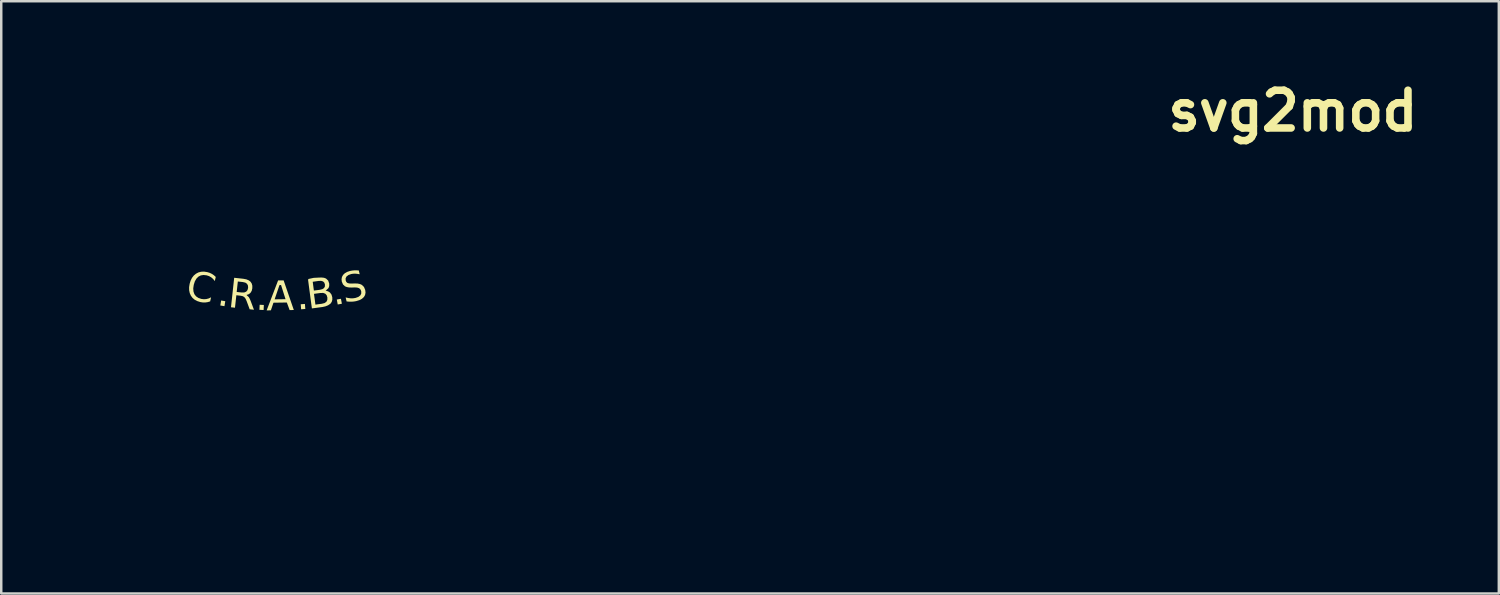
<source format=kicad_pcb>
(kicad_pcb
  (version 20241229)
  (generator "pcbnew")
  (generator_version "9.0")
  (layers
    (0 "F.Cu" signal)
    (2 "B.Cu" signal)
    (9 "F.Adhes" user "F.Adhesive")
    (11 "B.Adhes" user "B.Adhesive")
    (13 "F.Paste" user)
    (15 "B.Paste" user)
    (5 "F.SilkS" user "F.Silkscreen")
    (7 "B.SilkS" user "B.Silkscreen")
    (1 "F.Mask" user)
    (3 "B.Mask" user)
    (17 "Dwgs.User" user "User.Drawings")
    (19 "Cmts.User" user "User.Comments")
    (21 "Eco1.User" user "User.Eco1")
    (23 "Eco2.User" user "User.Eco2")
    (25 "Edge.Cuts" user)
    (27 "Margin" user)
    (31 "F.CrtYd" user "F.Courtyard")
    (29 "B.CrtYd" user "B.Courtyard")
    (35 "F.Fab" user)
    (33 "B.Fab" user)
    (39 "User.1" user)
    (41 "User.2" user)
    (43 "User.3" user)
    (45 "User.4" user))
  (footprint "svg2mod"
    (layer "F.Cu")
    (at 49.144 17.658)
    (property "Reference" "svg2mod" (at 0 -16.231 0) (layer "F.SilkS") (effects (font (size 1.524 1.524) (thickness 0.305))))
    (attr smd)
    (fp_poly (pts (xy -41.644 -10.793) (xy -37.66 -7.526) (xy -37.774 -7.547) (xy -37.857 -7.561) (xy -37.955 -7.527) (xy -38.015 -7.459) (xy -38.091 -7.376) (xy -38.171 -7.29) (xy -38.245 -7.213) (xy -38.219 -7.131) (xy -38.076 -7.106) (xy -37.935 -7.084) (xy -37.796 -7.064) (xy -37.658 -7.046) (xy -37.521 -7.03) (xy -37.386 -7.016) (xy -37.251 -7.003) (xy -37.117 -6.992) (xy -36.983 -6.982) (xy -36.85 -6.974) (xy -36.716 -6.966) (xy -36.602 -6.965) (xy -36.487 -6.965) (xy -36.378 -6.952) (xy -36.28 -6.916) (xy -36.201 -6.843) (xy -36.129 -6.741) (xy -36.058 -6.636) (xy -35.995 -6.525) (xy -35.949 -6.408) (xy -35.925 -6.283) (xy -35.932 -6.148) (xy -35.95 -6.033) (xy -35.97 -5.915) (xy -36.003 -5.806) (xy -36.056 -5.718) (xy -36.134 -5.636) (xy -36.217 -5.559) (xy -36.306 -5.488) (xy -36.403 -5.425) (xy -36.509 -5.372) (xy -36.627 -5.33) (xy -36.764 -5.297) (xy -36.899 -5.276) (xy -37.033 -5.266) (xy -37.167 -5.265) (xy -37.3 -5.272) (xy -37.427 -5.281) (xy -37.554 -5.292) (xy -37.681 -5.303) (xy -37.808 -5.317) (xy -37.935 -5.332) (xy -38.061 -5.351) (xy -38.186 -5.372) (xy -38.311 -5.397) (xy -38.435 -5.426) (xy -38.532 -5.494) (xy -38.58 -5.603) (xy -38.596 -5.703) (xy -38.598 -5.748) (xy -38.559 -5.745) (xy -38.457 -5.74) (xy -38.309 -5.732) (xy -38.137 -5.725) (xy -37.958 -5.72) (xy -37.793 -5.718) (xy -37.661 -5.722) (xy -37.526 -5.732) (xy -37.391 -5.743) (xy -37.257 -5.757) (xy -37.123 -5.775) (xy -36.99 -5.797) (xy -36.902 -5.862) (xy -36.848 -5.969) (xy -36.841 -6.073) (xy -36.861 -6.16) (xy -36.91 -6.232) (xy -36.989 -6.287) (xy -37.1 -6.327) (xy -37.243 -6.351) (xy -37.376 -6.366) (xy -37.51 -6.381) (xy -37.643 -6.397) (xy -37.776 -6.413) (xy -37.909 -6.43) (xy -38.041 -6.448) (xy -38.174 -6.467) (xy -38.306 -6.488) (xy -38.439 -6.509) (xy -38.571 -6.531) (xy -38.703 -6.555) (xy -38.835 -6.58) (xy -38.966 -6.607) (xy -39.085 -6.6) (xy -39.203 -6.556) (xy -39.33 -6.499) (xy -39.46 -6.45) (xy -39.592 -6.406) (xy -39.725 -6.368) (xy -39.859 -6.336) (xy -39.994 -6.307) (xy -40.13 -6.283) (xy -40.265 -6.261) (xy -40.4 -6.242) (xy -40.535 -6.226) (xy -40.669 -6.212) (xy -40.803 -6.202) (xy -40.937 -6.197) (xy -41.071 -6.195) (xy -41.205 -6.198) (xy -41.338 -6.204) (xy -41.471 -6.215) (xy -41.603 -6.229) (xy -41.736 -6.247) (xy -41.867 -6.268) (xy -41.999 -6.293) (xy -42.129 -6.322) (xy -42.26 -6.355) (xy -42.39 -6.39) (xy -42.519 -6.43) (xy -42.648 -6.472) (xy -42.776 -6.518) (xy -42.904 -6.567) (xy -43.036 -6.607) (xy -43.176 -6.626) (xy -43.313 -6.621) (xy -43.443 -6.603) (xy -43.572 -6.585) (xy -43.701 -6.566) (xy -43.831 -6.547) (xy -43.96 -6.527) (xy -44.089 -6.506) (xy -44.218 -6.486) (xy -44.347 -6.464) (xy -44.476 -6.443) (xy -44.605 -6.421) (xy -44.734 -6.399) (xy -44.862 -6.378) (xy -44.989 -6.353) (xy -45.112 -6.316) (xy -45.216 -6.256) (xy -45.297 -6.164) (xy -45.356 -6.049) (xy -45.378 -5.933) (xy -45.336 -5.862) (xy -45.24 -5.793) (xy -45.134 -5.744) (xy -45.011 -5.715) (xy -44.883 -5.703) (xy -44.754 -5.699) (xy -44.634 -5.697) (xy -44.485 -5.695) (xy -44.318 -5.693) (xy -44.147 -5.691) (xy -43.984 -5.689) (xy -43.842 -5.688) (xy -43.733 -5.687) (xy -43.671 -5.686) (xy -43.659 -5.677) (xy -43.652 -5.588) (xy -43.737 -5.509) (xy -43.849 -5.488) (xy -43.974 -5.464) (xy -44.109 -5.438) (xy -44.252 -5.411) (xy -44.398 -5.383) (xy -44.543 -5.356) (xy -44.686 -5.33) (xy -44.822 -5.306) (xy -44.948 -5.286) (xy -45.06 -5.269) (xy -45.194 -5.258) (xy -45.323 -5.264) (xy -45.446 -5.286) (xy -45.564 -5.323) (xy -45.676 -5.375) (xy -45.782 -5.442) (xy -45.882 -5.522) (xy -45.976 -5.616) (xy -46.05 -5.708) (xy -46.109 -5.804) (xy -46.152 -5.904) (xy -46.177 -6.009) (xy -46.182 -6.119) (xy -46.165 -6.235) (xy -46.126 -6.357) (xy -46.067 -6.484) (xy -46.003 -6.594) (xy -45.93 -6.688) (xy -45.848 -6.764) (xy -45.755 -6.822) (xy -45.65 -6.862) (xy -45.531 -6.884) (xy -45.397 -6.887) (xy -45.265 -6.884) (xy -45.135 -6.887) (xy -45.006 -6.895) (xy -44.877 -6.908) (xy -44.748 -6.925) (xy -44.618 -6.946) (xy -44.488 -6.97) (xy -44.357 -6.997) (xy -44.225 -7.026) (xy -44.091 -7.057) (xy -43.954 -7.089) (xy -43.816 -7.121) (xy -43.9 -7.204) (xy -43.972 -7.289) (xy -44.04 -7.368) (xy -44.112 -7.434) (xy -44.198 -7.479) (xy -44.304 -7.497) (xy -44.353 -7.495) (xy -44.429 -7.488) (xy -44.528 -7.478) (xy -44.648 -7.464) (xy -44.784 -7.448) (xy -44.933 -7.431) (xy -45.092 -7.412) (xy -45.257 -7.394) (xy -45.424 -7.376) (xy -45.591 -7.36) (xy -45.753 -7.346) (xy -45.908 -7.335) (xy -46.051 -7.327) (xy -46.179 -7.324) (xy -46.289 -7.326) (xy -46.422 -7.323) (xy -46.548 -7.298) (xy -46.66 -7.246) (xy -46.749 -7.165) (xy -46.808 -7.07) (xy -46.846 -6.966) (xy -46.868 -6.854) (xy -46.876 -6.739) (xy -46.872 -6.622) (xy -46.861 -6.49) (xy -46.85 -6.358) (xy -46.838 -6.223) (xy -46.825 -6.083) (xy -46.812 -5.939) (xy -46.942 -5.993) (xy -47.051 -6.064) (xy -47.144 -6.147) (xy -47.222 -6.239) (xy -47.29 -6.339) (xy -47.352 -6.442) (xy -47.409 -6.546) (xy -47.474 -6.675) (xy -47.523 -6.801) (xy -47.556 -6.922) (xy -47.573 -7.037) (xy -47.574 -7.148) (xy -47.56 -7.252) (xy -47.53 -7.35) (xy -47.484 -7.441) (xy -47.424 -7.525) (xy -47.348 -7.601) (xy -47.257 -7.668) (xy -47.15 -7.728) (xy -47.029 -7.778) (xy -46.893 -7.818) (xy -46.758 -7.846) (xy -46.621 -7.866) (xy -46.482 -7.88) (xy -46.342 -7.891) (xy -46.203 -7.9) (xy -46.063 -7.911) (xy -45.924 -7.927) (xy -45.788 -7.945) (xy -45.651 -7.965) (xy -45.515 -7.986) (xy -45.379 -8.008) (xy -45.243 -8.03) (xy -45.107 -8.052) (xy -44.971 -8.074) (xy -44.835 -8.095) (xy -44.749 -8.137) (xy -44.725 -8.208) (xy -44.736 -8.289) (xy -44.793 -8.4) (xy -44.89 -8.455) (xy -45.025 -8.469) (xy -45.166 -8.466) (xy -45.306 -8.464) (xy -45.447 -8.463) (xy -45.587 -8.462) (xy -45.728 -8.462) (xy -45.869 -8.461) (xy -46.009 -8.461) (xy -46.15 -8.462) (xy -46.29 -8.462) (xy -46.431 -8.463) (xy -46.571 -8.464) (xy -46.712 -8.465) (xy -46.853 -8.466) (xy -46.993 -8.468) (xy -47.124 -8.462) (xy -47.246 -8.444) (xy -47.36 -8.411) (xy -47.466 -8.364) (xy -47.564 -8.302) (xy -47.652 -8.224) (xy -47.731 -8.13) (xy -47.802 -8.019) (xy -47.861 -7.905) (xy -47.915 -7.79) (xy -47.962 -7.673) (xy -48.001 -7.553) (xy -48.033 -7.432) (xy -48.055 -7.307) (xy -48.067 -7.18) (xy -48.067 -7.049) (xy -48.073 -6.971) (xy -48.093 -6.874) (xy -48.119 -6.742) (xy -48.206 -6.859) (xy -48.271 -6.963) (xy -48.312 -7.062) (xy -48.325 -7.166) (xy -48.326 -7.286) (xy -48.328 -7.406) (xy -48.328 -7.526) (xy -48.322 -7.645) (xy -48.308 -7.763) (xy -48.289 -7.89) (xy -48.269 -8.018) (xy -48.244 -8.145) (xy -48.213 -8.269) (xy -48.17 -8.386) (xy -48.113 -8.493) (xy -48.043 -8.593) (xy -47.965 -8.688) (xy -47.879 -8.775) (xy -47.787 -8.857) (xy -47.689 -8.931) (xy -47.586 -9) (xy -47.479 -9.061) (xy -47.367 -9.116) (xy -47.252 -9.164) (xy -47.132 -9.201) (xy -47.008 -9.22) (xy -46.882 -9.223) (xy -46.755 -9.21) (xy -46.628 -9.183) (xy -46.502 -9.143) (xy -46.394 -9.122) (xy -46.279 -9.12) (xy -46.163 -9.122) (xy -46.027 -9.118) (xy -45.891 -9.115) (xy -45.754 -9.111) (xy -45.617 -9.108) (xy -45.479 -9.105) (xy -45.34 -9.102) (xy -45.199 -9.098) (xy -45.057 -9.095) (xy -44.913 -9.091) (xy -44.903 -9.19) (xy -44.904 -9.289) (xy -44.987 -9.374) (xy -45.108 -9.432) (xy -45.229 -9.491) (xy -45.351 -9.549) (xy -45.472 -9.607) (xy -45.593 -9.666) (xy -45.714 -9.724) (xy -45.836 -9.782) (xy -45.957 -9.841) (xy -46.077 -9.9) (xy -46.198 -9.96) (xy -46.318 -10.02) (xy -46.438 -10.08) (xy -46.554 -10.122) (xy -46.663 -10.13) (xy -46.771 -10.109) (xy -46.88 -10.067) (xy -46.992 -10.021) (xy -47.127 -9.973) (xy -47.274 -9.927) (xy -47.422 -9.884) (xy -47.56 -9.85) (xy -47.676 -9.827) (xy -47.817 -9.797) (xy -47.94 -9.755) (xy -48.046 -9.702) (xy -48.137 -9.639) (xy -48.215 -9.566) (xy -48.282 -9.484) (xy -48.34 -9.394) (xy -48.391 -9.296) (xy -48.437 -9.191) (xy -48.479 -9.08) (xy -48.52 -8.962) (xy -48.561 -8.84) (xy -48.604 -8.713) (xy -48.643 -8.603) (xy -48.683 -8.494) (xy -48.725 -8.385) (xy -48.771 -8.278) (xy -48.821 -8.215) (xy -48.89 -8.182) (xy -48.923 -8.209) (xy -48.98 -8.285) (xy -49.044 -8.397) (xy -49.102 -8.531) (xy -49.139 -8.673) (xy -49.139 -8.81) (xy -49.087 -8.928) (xy -49.059 -8.974) (xy -49.009 -9.063) (xy -48.943 -9.183) (xy -48.862 -9.323) (xy -48.772 -9.471) (xy -48.676 -9.616) (xy -48.577 -9.746) (xy -48.481 -9.851) (xy -48.369 -9.952) (xy -48.27 -10.034) (xy -48.18 -10.102) (xy -48.094 -10.159) (xy -48.009 -10.207) (xy -47.921 -10.25) (xy -47.824 -10.291) (xy -47.716 -10.334) (xy -47.592 -10.381) (xy -47.449 -10.437) (xy -47.281 -10.503) (xy -47.085 -10.583) (xy -46.967 -10.626) (xy -46.849 -10.657) (xy -46.731 -10.675) (xy -46.612 -10.681) (xy -46.493 -10.676) (xy -46.374 -10.658) (xy -46.254 -10.627) (xy -46.135 -10.585) (xy -46.007 -10.534) (xy -45.879 -10.483) (xy -45.751 -10.432) (xy -45.623 -10.381) (xy -45.495 -10.33) (xy -45.367 -10.279) (xy -45.239 -10.228) (xy -45.111 -10.177) (xy -44.983 -10.125) (xy -44.855 -10.073) (xy -44.728 -10.02) (xy -44.603 -9.98) (xy -44.48 -9.965) (xy -44.358 -9.978) (xy -44.234 -10.017) (xy -44.126 -10.063) (xy -44.016 -10.109) (xy -43.902 -10.155) (xy -43.781 -10.204) (xy -43.653 -10.256) (xy -43.665 -10.331) (xy -43.809 -10.342) (xy -43.949 -10.354) (xy -44.086 -10.365) (xy -44.221 -10.375) (xy -44.353 -10.385) (xy -44.484 -10.393) (xy -44.613 -10.4) (xy -44.743 -10.406) (xy -44.878 -10.415) (xy -45.01 -10.433) (xy -45.139 -10.459) (xy -45.265 -10.495) (xy -45.388 -10.539) (xy -45.509 -10.592) (xy -45.628 -10.655) (xy -45.737 -10.727) (xy -45.833 -10.81) (xy -45.916 -10.903) (xy -45.986 -11.004) (xy -46.041 -11.112) (xy -46.081 -11.226) (xy -46.105 -11.343) (xy -46.114 -11.462) (xy -46.106 -11.583) (xy -46.081 -11.702) (xy -46.039 -11.82) (xy -45.978 -11.934) (xy -45.901 -12.046) (xy -45.817 -12.148) (xy -45.727 -12.241) (xy -45.63 -12.326) (xy -45.528 -12.404) (xy -45.422 -12.476) (xy -45.311 -12.541) (xy -45.196 -12.602) (xy -45.079 -12.657) (xy -44.959 -12.709) (xy -44.837 -12.758) (xy -44.714 -12.804) (xy -44.582 -12.85) (xy -44.447 -12.892) (xy -44.31 -12.93) (xy -44.17 -12.964) (xy -44.029 -12.994) (xy -43.887 -13.02) (xy -43.744 -13.041) (xy -43.601 -13.057) (xy -43.458 -13.07) (xy -43.316 -13.077) (xy -43.176 -13.081) (xy -43.037 -13.079) (xy -42.901 -13.073) (xy -42.767 -13.062) (xy -42.637 -13.046) (xy -42.511 -13.026) (xy -42.388 -13) (xy -42.271 -12.969) (xy -42.159 -12.933) (xy -42.052 -12.892) (xy -41.942 -12.847) (xy -41.834 -12.802) (xy -41.73 -12.75) (xy -41.632 -12.684) (xy -41.542 -12.597) (xy -41.501 -12.505) (xy -41.501 -12.393) (xy -41.709 -12.411) (xy -41.906 -12.423) (xy -42.093 -12.429) (xy -42.269 -12.429) (xy -42.436 -12.425) (xy -42.592 -12.417) (xy -42.739 -12.405) (xy -42.877 -12.39) (xy -43.005 -12.372) (xy -43.123 -12.351) (xy -43.233 -12.329) (xy -43.333 -12.305) (xy -43.425 -12.28) (xy -43.508 -12.255) (xy -43.583 -12.23) (xy -43.649 -12.205) (xy -43.703 -12.149) (xy -43.697 -12.075) (xy -43.635 -12.028) (xy -43.513 -12.006) (xy -43.378 -11.989) (xy -43.235 -11.976) (xy -43.087 -11.966) (xy -42.939 -11.96) (xy -42.795 -11.957) (xy -42.659 -11.957) (xy -42.535 -11.959) (xy -42.428 -11.963) (xy -42.47 -11.872) (xy -42.518 -11.798) (xy -42.594 -11.731) (xy -42.715 -11.657) (xy -42.838 -11.604) (xy -42.968 -11.571) (xy -43.103 -11.551) (xy -43.239 -11.539) (xy -43.375 -11.528) (xy -43.505 -11.518) (xy -43.646 -11.511) (xy -43.798 -11.507) (xy -43.955 -11.505) (xy -44.116 -11.505) (xy -44.278 -11.507) (xy -44.437 -11.51) (xy -44.592 -11.514) (xy -44.74 -11.519) (xy -44.877 -11.525) (xy -45 -11.53) (xy -45.108 -11.536) (xy -45.197 -11.54) (xy -45.313 -11.504) (xy -45.375 -11.399) (xy -45.374 -11.306) (xy -45.323 -11.23) (xy -45.221 -11.16) (xy -45.114 -11.091) (xy -45.002 -11.026) (xy -44.887 -10.963) (xy -44.768 -10.905) (xy -44.647 -10.852) (xy -44.523 -10.803) (xy -44.397 -10.762) (xy -44.271 -10.727) (xy -44.144 -10.699) (xy -44.017 -10.68) (xy -43.89 -10.67) (xy -43.765 -10.669) (xy -43.618 -10.67) (xy -43.49 -10.66) (xy -43.376 -10.638) (xy -43.272 -10.605) (xy -43.173 -10.56) (xy -43.075 -10.502) (xy -42.972 -10.431) (xy -42.851 -10.355) (xy -42.742 -10.314) (xy -42.645 -10.305) (xy -42.564 -10.328) (xy -42.499 -10.383) (xy -42.453 -10.469) (xy -42.426 -10.585) (xy -42.421 -10.73) (xy -42.425 -10.8) (xy -42.425 -10.878) (xy -42.414 -10.959) (xy -42.383 -11.038) (xy -42.325 -11.109) (xy -42.232 -11.168) (xy -42.096 -11.209) (xy -41.909 -11.227) (xy -41.767 -11.22) (xy -41.635 -11.191) (xy -41.52 -11.143) (xy -41.429 -11.077) (xy -41.369 -10.995) (xy -41.347 -10.899) (xy -41.365 -10.797) (xy -41.402 -10.761) (xy -41.424 -10.729) (xy -41.433 -10.637) (xy -41.396 -10.594) (xy -41.288 -10.596) (xy -41.175 -10.595) (xy -41.062 -10.595) (xy -40.956 -10.6) (xy -40.883 -10.658) (xy -40.88 -10.666) (xy -40.893 -10.734) (xy -40.942 -10.793) (xy -40.979 -10.875) (xy -40.973 -10.972) (xy -40.924 -11.045) (xy -40.838 -11.133) (xy -40.748 -11.2) (xy -40.612 -11.269) (xy -40.499 -11.311) (xy -40.4 -11.328) (xy -40.302 -11.326) (xy -40.195 -11.308) (xy -40.067 -11.278) (xy -39.946 -11.227) (xy -39.845 -11.146) (xy -39.769 -11.048) (xy -39.722 -10.949) (xy -39.707 -10.862) (xy -39.756 -10.752) (xy -39.845 -10.684) (xy -39.885 -10.59) (xy -39.866 -10.516) (xy -39.787 -10.505) (xy -39.63 -10.482) (xy -39.511 -10.466) (xy -39.358 -10.453) (xy -39.189 -10.442) (xy -39.023 -10.437) (xy -38.878 -10.44) (xy -38.771 -10.454) (xy -38.721 -10.481) (xy -38.654 -10.58) (xy -38.564 -10.65) (xy -38.455 -10.7) (xy -38.332 -10.734) (xy -38.202 -10.759) (xy -38.07 -10.78) (xy -37.94 -10.805) (xy -37.819 -10.837) (xy -37.709 -10.877) (xy -37.599 -10.92) (xy -37.491 -10.967) (xy -37.385 -11.016) (xy -37.28 -11.069) (xy -37.217 -11.145) (xy -37.194 -11.239) (xy -37.247 -11.378) (xy -37.345 -11.461) (xy -37.438 -11.503) (xy -37.48 -11.514) (xy -37.512 -11.504) (xy -37.6 -11.481) (xy -37.731 -11.448) (xy -37.892 -11.414) (xy -38.072 -11.384) (xy -38.256 -11.364) (xy -38.434 -11.361) (xy -38.538 -11.365) (xy -38.651 -11.368) (xy -38.771 -11.373) (xy -38.899 -11.379) (xy -39.032 -11.388) (xy -39.169 -11.4) (xy -39.309 -11.418) (xy -39.451 -11.441) (xy -39.595 -11.471) (xy -39.737 -11.509) (xy -39.878 -11.556) (xy -40.017 -11.612) (xy -40.16 -11.707) (xy -40.213 -11.799) (xy -40.216 -11.868) (xy -40.209 -11.895) (xy -40.183 -11.894) (xy -40.113 -11.892) (xy -40.006 -11.89) (xy -39.869 -11.891) (xy -39.711 -11.895) (xy -39.54 -11.905) (xy -39.364 -11.922) (xy -39.191 -11.948) (xy -39.028 -11.984) (xy -38.957 -12.042) (xy -38.949 -12.129) (xy -39.009 -12.198) (xy -39.137 -12.254) (xy -39.268 -12.298) (xy -39.402 -12.332) (xy -39.538 -12.357) (xy -39.675 -12.375) (xy -39.814 -12.386) (xy -39.953 -12.392) (xy -40.093 -12.393) (xy -40.232 -12.39) (xy -40.37 -12.386) (xy -40.506 -12.38) (xy -40.641 -12.374) (xy -40.773 -12.369) (xy -40.902 -12.367) (xy -41.028 -12.367) (xy -41.017 -12.448) (xy -40.921 -12.542) (xy -40.82 -12.624) (xy -40.714 -12.696) (xy -40.603 -12.759) (xy -40.488 -12.814) (xy -40.368 -12.862) (xy -40.244 -12.906) (xy -40.115 -12.945) (xy -39.983 -12.982) (xy -39.84 -13.014) (xy -39.693 -13.038) (xy -39.544 -13.054) (xy -39.395 -13.063) (xy -39.248 -13.066) (xy -39.104 -13.064) (xy -38.964 -13.058) (xy -38.832 -13.049) (xy -38.707 -13.037) (xy -38.593 -13.026) (xy -38.49 -13.014) (xy -38.4 -13.003) (xy -38.241 -12.981) (xy -38.103 -12.955) (xy -37.981 -12.923) (xy -37.869 -12.886) (xy -37.763 -12.84) (xy -37.655 -12.785) (xy -37.541 -12.719) (xy -37.415 -12.641) (xy -37.272 -12.55) (xy -37.163 -12.478) (xy -37.059 -12.403) (xy -36.959 -12.324) (xy -36.864 -12.241) (xy -36.774 -12.154) (xy -36.689 -12.063) (xy -36.608 -11.968) (xy -36.533 -11.868) (xy -36.463 -11.763) (xy -36.399 -11.652) (xy -36.345 -11.533) (xy -36.311 -11.418) (xy -36.299 -11.308) (xy -36.306 -11.203) (xy -36.334 -11.105) (xy -36.381 -11.014) (xy -36.448 -10.932) (xy -36.533 -10.859) (xy -36.637 -10.797) (xy -36.759 -10.745) (xy -36.89 -10.703) (xy -37.023 -10.664) (xy -37.156 -10.629) (xy -37.291 -10.595) (xy -37.425 -10.561) (xy -37.56 -10.527) (xy -37.693 -10.491) (xy -37.812 -10.464) (xy -37.934 -10.436) (xy -38.054 -10.385) (xy -38.165 -10.293) (xy -38.057 -10.246) (xy -37.961 -10.205) (xy -37.878 -10.156) (xy -37.765 -10.09) (xy -37.653 -10.055) (xy -37.542 -10.048) (xy -37.43 -10.065) (xy -37.318 -10.101) (xy -37.206 -10.153) (xy -37.083 -10.217) (xy -36.959 -10.281) (xy -36.835 -10.345) (xy -36.712 -10.409) (xy -36.588 -10.473) (xy -36.464 -10.536) (xy -36.339 -10.599) (xy -36.228 -10.653) (xy -36.115 -10.703) (xy -36 -10.747) (xy -35.884 -10.784) (xy -35.766 -10.81) (xy -35.647 -10.825) (xy -35.526 -10.826) (xy -35.405 -10.81) (xy -35.27 -10.783) (xy -35.134 -10.755) (xy -34.999 -10.724) (xy -34.865 -10.693) (xy -34.73 -10.659) (xy -34.596 -10.624) (xy -34.462 -10.588) (xy -34.329 -10.55) (xy -34.196 -10.511) (xy -34.064 -10.47) (xy -33.932 -10.427) (xy -33.883 -10.39) (xy -33.804 -10.308) (xy -33.705 -10.193) (xy -33.594 -10.056) (xy -33.479 -9.91) (xy -33.371 -9.766) (xy -33.277 -9.637) (xy -33.206 -9.534) (xy -33.167 -9.469) (xy -33.108 -9.348) (xy -33.051 -9.224) (xy -33 -9.099) (xy -32.962 -8.973) (xy -32.941 -8.846) (xy -32.952 -8.72) (xy -32.994 -8.591) (xy -33.055 -8.464) (xy -33.122 -8.343) (xy -33.181 -8.304) (xy -33.274 -8.284) (xy -33.371 -8.264) (xy -33.405 -8.461) (xy -33.449 -8.641) (xy -33.503 -8.806) (xy -33.564 -8.955) (xy -33.63 -9.091) (xy -33.7 -9.215) (xy -33.771 -9.326) (xy -33.843 -9.427) (xy -33.912 -9.518) (xy -33.978 -9.6) (xy -34.038 -9.674) (xy -34.091 -9.742) (xy -34.134 -9.803) (xy -34.184 -9.848) (xy -34.274 -9.896) (xy -34.393 -9.945) (xy -34.531 -9.993) (xy -34.679 -10.04) (xy -34.826 -10.085) (xy -34.964 -10.126) (xy -35.082 -10.162) (xy -35.17 -10.191) (xy -35.352 -10.244) (xy -35.506 -10.261) (xy -35.635 -10.249) (xy -35.743 -10.215) (xy -35.833 -10.166) (xy -35.909 -10.109) (xy -35.974 -10.053) (xy -36.033 -10.003) (xy -36.088 -9.967) (xy -36.188 -9.921) (xy -36.303 -9.869) (xy -36.43 -9.814) (xy -36.565 -9.756) (xy -36.704 -9.697) (xy -36.842 -9.638) (xy -36.977 -9.579) (xy -37.103 -9.523) (xy -37.218 -9.47) (xy -37.317 -9.421) (xy -37.346 -9.343) (xy -37.356 -9.222) (xy -37.318 -9.179) (xy -37.194 -9.185) (xy -37.077 -9.19) (xy -36.965 -9.195) (xy -36.855 -9.201) (xy -36.748 -9.208) (xy -36.612 -9.218) (xy -36.475 -9.228) (xy -36.339 -9.238) (xy -36.203 -9.249) (xy -36.067 -9.26) (xy -35.931 -9.272) (xy -35.795 -9.285) (xy -35.66 -9.299) (xy -35.525 -9.313) (xy -35.391 -9.329) (xy -35.234 -9.345) (xy -35.089 -9.353) (xy -34.954 -9.351) (xy -34.829 -9.339) (xy -34.711 -9.316) (xy -34.6 -9.281) (xy -34.494 -9.232) (xy -34.391 -9.17) (xy -34.29 -9.093) (xy -34.271 -9.075) (xy -34.219 -9.023) (xy -34.144 -8.942) (xy -34.056 -8.838) (xy -33.963 -8.713) (xy -33.876 -8.574) (xy -33.804 -8.425) (xy -33.756 -8.27) (xy -33.742 -8.115) (xy -33.747 -7.984) (xy -33.751 -7.852) (xy -33.755 -7.721) (xy -33.757 -7.59) (xy -33.76 -7.459) (xy -33.762 -7.328) (xy -33.764 -7.198) (xy -33.767 -7.067) (xy -33.769 -6.937) (xy -33.802 -6.942) (xy -33.831 -6.964) (xy -33.856 -6.999) (xy -33.88 -7.048) (xy -33.902 -7.109) (xy -33.923 -7.18) (xy -33.944 -7.259) (xy -33.966 -7.346) (xy -33.99 -7.439) (xy -34.016 -7.536) (xy -34.046 -7.636) (xy -34.079 -7.737) (xy -34.117 -7.838) (xy -34.161 -7.938) (xy -34.21 -8.034) (xy -34.267 -8.126) (xy -34.332 -8.212) (xy -34.406 -8.291) (xy -34.489 -8.361) (xy -34.582 -8.421) (xy -34.686 -8.468) (xy -34.802 -8.503) (xy -34.931 -8.523) (xy -35.072 -8.526) (xy -35.228 -8.512) (xy -35.365 -8.495) (xy -35.502 -8.483) (xy -35.638 -8.475) (xy -35.774 -8.471) (xy -35.909 -8.469) (xy -36.045 -8.468) (xy -36.18 -8.469) (xy -36.315 -8.47) (xy -36.451 -8.471) (xy -36.587 -8.47) (xy -36.69 -8.473) (xy -36.816 -8.485) (xy -36.951 -8.502) (xy -37.085 -8.521) (xy -37.204 -8.54) (xy -37.297 -8.556) (xy -37.384 -8.504) (xy -37.461 -8.28) (xy -37.453 -8.212) (xy -37.395 -8.177) (xy -37.312 -8.17) (xy -37.209 -8.161) (xy -37.089 -8.152) (xy -36.956 -8.142) (xy -36.812 -8.131) (xy -36.661 -8.12) (xy -36.506 -8.109) (xy -36.351 -8.099) (xy -36.198 -8.09) (xy -36.05 -8.083) (xy -35.912 -8.077) (xy -35.785 -8.073) (xy -35.674 -8.071) (xy -35.55 -8.069) (xy -35.427 -8.061) (xy -35.306 -8.047) (xy -35.188 -8.025) (xy -35.073 -7.992) (xy -34.963 -7.948) (xy -34.858 -7.891) (xy -34.771 -7.825) (xy -34.698 -7.743) (xy -34.636 -7.649) (xy -34.587 -7.543) (xy -34.551 -7.429) (xy -34.527 -7.308) (xy -34.516 -7.183) (xy -34.517 -7.056) (xy -34.531 -6.929) (xy -34.558 -6.805) (xy -34.597 -6.685) (xy -34.649 -6.573) (xy -34.713 -6.469) (xy -34.79 -6.377) (xy -34.78 -6.386) (xy -34.85 -6.299) (xy -34.92 -6.211) (xy -34.989 -6.122) (xy -35.068 -6.035) (xy -35.156 -5.98) (xy -35.251 -5.956) (xy -35.354 -5.963) (xy -35.467 -6) (xy -35.457 -6.08) (xy -35.442 -6.143) (xy -35.389 -6.27) (xy -35.354 -6.397) (xy -35.336 -6.525) (xy -35.334 -6.653) (xy -35.349 -6.781) (xy -35.379 -6.909) (xy -35.426 -7.037) (xy -35.455 -7.092) (xy -35.501 -7.151) (xy -35.565 -7.211) (xy -35.65 -7.267) (xy -35.757 -7.316) (xy -35.889 -7.354) (xy -36.048 -7.377) (xy -36.235 -7.381) (xy -36.363 -7.379) (xy -36.492 -7.381) (xy -36.621 -7.386) (xy -36.751 -7.395) (xy -36.881 -7.407) (xy -37.01 -7.421) (xy -37.139 -7.438) (xy -37.267 -7.457) (xy -37.395 -7.478) (xy -37.52 -7.501) (xy -37.66 -7.526) (xy -41.644 -10.793) (xy -41.681 -10.901) (xy -41.776 -10.978) (xy -41.909 -11.007) (xy -42.039 -10.973) (xy -42.136 -10.892) (xy -42.174 -10.785) (xy -42.137 -10.679) (xy -42.04 -10.606) (xy -41.902 -10.58) (xy -40.37 -10.597) (xy -40.238 -10.607) (xy -40.134 -10.675) (xy -40.086 -10.772) (xy -40.093 -10.902) (xy -40.137 -10.979) (xy -40.218 -11.028) (xy -40.318 -11.044) (xy -40.422 -11.022) (xy -40.502 -10.983) (xy -40.556 -10.929) (xy -40.578 -10.822) (xy -40.562 -10.714) (xy -40.493 -10.644) (xy -40.37 -10.597) (xy -41.902 -10.58) (xy -41.763 -10.606) (xy -41.675 -10.68) (xy -41.644 -10.793)) (stroke (width 0.01) (type solid)) (fill yes) (layer "F.Mask"))
    (fp_poly (pts (xy -43.267 -8.577) (xy -43.1 -8.549) (xy -43.133 -8.348) (xy -43.3 -8.376) (xy -43.267 -8.577)) (stroke (width 0) (type solid)) (fill yes) (layer "F.SilkS"))
    (fp_poly (pts (xy -41.712 -8.405) (xy -41.543 -8.397) (xy -41.553 -8.193) (xy -41.722 -8.202) (xy -41.712 -8.405)) (stroke (width 0) (type solid)) (fill yes) (layer "F.SilkS"))
    (fp_poly (pts (xy -40.054 -8.425) (xy -39.885 -8.438) (xy -39.869 -8.235) (xy -40.038 -8.222) (xy -40.054 -8.425)) (stroke (width 0) (type solid)) (fill yes) (layer "F.SilkS"))
    (fp_poly (pts (xy -38.598 -8.616) (xy -38.431 -8.647) (xy -38.393 -8.447) (xy -38.56 -8.416) (xy -38.598 -8.616)) (stroke (width 0) (type solid)) (fill yes) (layer "F.SilkS"))
    (fp_poly (pts (xy -40.912 -9.198) (xy -40.967 -9.388) (xy -40.744 -9.388) (xy -40.333 -8.193) (xy -40.502 -8.191) (xy -40.615 -8.496) (xy -41.155 -8.488) (xy -41.259 -8.18) (xy -41.43 -8.177) (xy -40.967 -9.388) (xy -40.912 -9.198) (xy -41.108 -8.624) (xy -40.667 -8.63) (xy -40.849 -9.203) (xy -40.912 -9.198)) (stroke (width 0) (type solid)) (fill yes) (layer "F.SilkS"))
    (fp_poly (pts (xy -42.244 -8.801) (xy -42.639 -8.922) (xy -42.437 -8.9) (xy -42.333 -8.902) (xy -42.255 -8.934) (xy -42.203 -8.996) (xy -42.178 -9.086) (xy -42.184 -9.179) (xy -42.221 -9.25) (xy -42.29 -9.298) (xy -42.391 -9.322) (xy -42.593 -9.344) (xy -42.639 -8.922) (xy -42.244 -8.801) (xy -42.152 -8.715) (xy -42.11 -8.641) (xy -42.07 -8.546) (xy -41.942 -8.204) (xy -42.115 -8.222) (xy -42.234 -8.544) (xy -42.281 -8.65) (xy -42.332 -8.715) (xy -42.394 -8.751) (xy -42.478 -8.77) (xy -42.653 -8.789) (xy -42.708 -8.286) (xy -42.869 -8.304) (xy -42.74 -9.494) (xy -42.376 -9.455) (xy -42.253 -9.432) (xy -42.155 -9.392) (xy -42.081 -9.336) (xy -42.033 -9.264) (xy -42.008 -9.174) (xy -42.009 -9.068) (xy -42.033 -8.967) (xy -42.082 -8.887) (xy -42.152 -8.831) (xy -42.244 -8.801)) (stroke (width 0) (type solid)) (fill yes) (layer "F.SilkS"))
    (fp_poly (pts (xy -43.484 -9.529) (xy -43.523 -9.362) (xy -43.59 -9.446) (xy -43.667 -9.512) (xy -43.754 -9.561) (xy -43.851 -9.593) (xy -43.977 -9.607) (xy -44.088 -9.59) (xy -44.185 -9.54) (xy -44.265 -9.46) (xy -44.328 -9.35) (xy -44.372 -9.211) (xy -44.393 -9.067) (xy -44.384 -8.941) (xy -44.347 -8.833) (xy -44.281 -8.747) (xy -44.188 -8.683) (xy -44.068 -8.641) (xy -43.967 -8.628) (xy -43.868 -8.634) (xy -43.77 -8.66) (xy -43.673 -8.706) (xy -43.71 -8.541) (xy -43.807 -8.512) (xy -43.906 -8.497) (xy -44.005 -8.498) (xy -44.107 -8.514) (xy -44.23 -8.553) (xy -44.335 -8.608) (xy -44.421 -8.681) (xy -44.488 -8.771) (xy -44.534 -8.875) (xy -44.558 -8.989) (xy -44.56 -9.114) (xy -44.539 -9.249) (xy -44.499 -9.38) (xy -44.443 -9.492) (xy -44.372 -9.584) (xy -44.285 -9.657) (xy -44.185 -9.71) (xy -44.076 -9.738) (xy -43.958 -9.743) (xy -43.83 -9.724) (xy -43.73 -9.694) (xy -43.64 -9.651) (xy -43.558 -9.596) (xy -43.484 -9.529)) (stroke (width 0) (type solid)) (fill yes) (layer "F.SilkS"))
    (fp_poly (pts (xy -37.71 -9.79) (xy -37.674 -9.636) (xy -37.77 -9.653) (xy -37.858 -9.661) (xy -37.94 -9.658) (xy -38.017 -9.645) (xy -38.128 -9.606) (xy -38.204 -9.548) (xy -38.242 -9.476) (xy -38.24 -9.39) (xy -38.213 -9.325) (xy -38.166 -9.284) (xy -38.091 -9.264) (xy -37.975 -9.262) (xy -37.875 -9.265) (xy -37.761 -9.262) (xy -37.666 -9.243) (xy -37.588 -9.208) (xy -37.501 -9.124) (xy -37.45 -9.001) (xy -37.438 -8.895) (xy -37.456 -8.8) (xy -37.503 -8.718) (xy -37.579 -8.649) (xy -37.683 -8.593) (xy -37.815 -8.552) (xy -37.902 -8.537) (xy -37.996 -8.529) (xy -38.096 -8.53) (xy -38.202 -8.539) (xy -38.24 -8.701) (xy -38.134 -8.677) (xy -38.033 -8.665) (xy -37.937 -8.666) (xy -37.845 -8.68) (xy -37.729 -8.721) (xy -37.649 -8.782) (xy -37.61 -8.86) (xy -37.612 -8.951) (xy -37.643 -9.024) (xy -37.696 -9.073) (xy -37.776 -9.099) (xy -37.886 -9.105) (xy -37.986 -9.101) (xy -38.1 -9.103) (xy -38.193 -9.12) (xy -38.268 -9.15) (xy -38.348 -9.226) (xy -38.396 -9.34) (xy -38.406 -9.439) (xy -38.389 -9.528) (xy -38.345 -9.609) (xy -38.274 -9.678) (xy -38.181 -9.731) (xy -38.065 -9.769) (xy -37.981 -9.785) (xy -37.895 -9.794) (xy -37.804 -9.795) (xy -37.71 -9.79)) (stroke (width 0) (type solid)) (fill yes) (layer "F.SilkS"))
    (fp_poly (pts (xy -39.519 -8.846) (xy -39.569 -9.333) (xy -39.567 -9.315) (xy -39.559 -9.251) (xy -39.546 -9.151) (xy -39.537 -9.081) (xy -39.525 -8.995) (xy -39.523 -8.978) (xy -39.508 -8.98) (xy -39.431 -8.99) (xy -39.285 -9.009) (xy -39.184 -9.034) (xy -39.116 -9.076) (xy -39.08 -9.138) (xy -39.076 -9.219) (xy -39.101 -9.296) (xy -39.152 -9.346) (xy -39.229 -9.37) (xy -39.333 -9.367) (xy -39.43 -9.353) (xy -39.557 -9.335) (xy -39.569 -9.333) (xy -39.519 -8.846) (xy -39.736 -9.448) (xy -39.716 -9.452) (xy -39.658 -9.464) (xy -39.534 -9.491) (xy -39.326 -9.502) (xy -39.211 -9.505) (xy -39.114 -9.494) (xy -39.033 -9.464) (xy -38.946 -9.381) (xy -38.904 -9.26) (xy -38.904 -9.161) (xy -38.932 -9.08) (xy -39.023 -8.996) (xy -39.05 -8.98) (xy -39.023 -8.97) (xy -38.942 -8.942) (xy -38.873 -8.898) (xy -38.811 -8.814) (xy -38.78 -8.706) (xy -38.779 -8.606) (xy -38.804 -8.519) (xy -38.856 -8.446) (xy -38.95 -8.384) (xy -39.055 -8.341) (xy -39.178 -8.314) (xy -39.578 -8.261) (xy -39.604 -8.258) (xy -39.606 -8.279) (xy -39.637 -8.505) (xy -39.67 -8.756) (xy -39.702 -8.991) (xy -39.73 -9.203) (xy -39.746 -9.327) (xy -39.758 -9.417) (xy -39.736 -9.448) (xy -39.519 -8.846) (xy -39.516 -8.828) (xy -39.512 -8.794) (xy -39.51 -8.779) (xy -39.506 -8.747) (xy -39.489 -8.625) (xy -39.476 -8.526) (xy -39.463 -8.425) (xy -39.461 -8.411) (xy -39.373 -8.423) (xy -39.203 -8.445) (xy -39.092 -8.474) (xy -39.019 -8.524) (xy -38.981 -8.598) (xy -38.978 -8.697) (xy -39.007 -8.791) (xy -39.063 -8.852) (xy -39.147 -8.882) (xy -39.261 -8.88) (xy -39.457 -8.854) (xy -39.505 -8.847) (xy -39.519 -8.846)) (stroke (width 0) (type solid)) (fill yes) (layer "F.SilkS")))
  (gr_rect
    (start -3 -3)
    (end 57.456 20.908)
    (stroke (width 0.1) (type default))
    (fill no)
    (layer "Edge.Cuts")))
</source>
